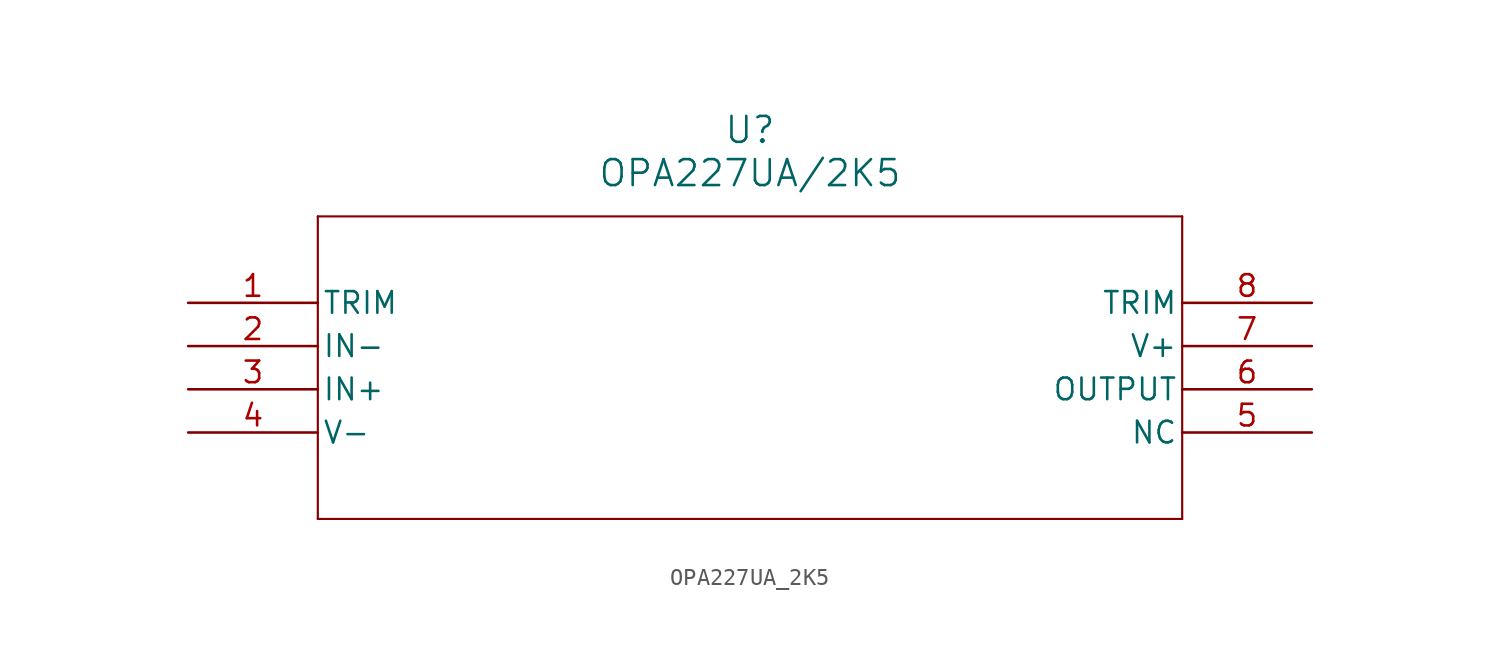
<source format=kicad_sym>
(kicad_symbol_lib
  (version 20211014)
  (generator kicad_symbol_editor)
  (symbol "OPA227UA_2K5"
    (pin_names
      (offset 0.254))
    (property "Reference" "U"
      (at 33.02 10.16 0)
      (effects (font (size 1.524 1.524))))
    (property "Value" "OPA227UA/2K5"
      (at 33.02 7.62 0)
      (effects (font (size 1.524 1.524))))
    (symbol "OPA227UA_2K5_0_1"
      (polyline (pts (xy 7.62 5.08) (xy 7.62 -12.7)) (stroke (width 0.127) (type default) (color 0 0 0 0)) (fill (type none)))
      (polyline (pts (xy 7.62 -12.7) (xy 58.42 -12.7)) (stroke (width 0.127) (type default) (color 0 0 0 0)) (fill (type none)))
      (polyline (pts (xy 58.42 -12.7) (xy 58.42 5.08)) (stroke (width 0.127) (type default) (color 0 0 0 0)) (fill (type none)))
      (polyline (pts (xy 58.42 5.08) (xy 7.62 5.08)) (stroke (width 0.127) (type default) (color 0 0 0 0)) (fill (type none)))
      (pin unspecified line (at 0 0 0) (length 7.62) (name "TRIM" (effects (font (size 1.27 1.27)))) (number "1" (effects (font (size 1.27 1.27)))))
      (pin input line (at 0 -2.54 0) (length 7.62) (name "IN-" (effects (font (size 1.27 1.27)))) (number "2" (effects (font (size 1.27 1.27)))))
      (pin input line (at 0 -5.08 0) (length 7.62) (name "IN+" (effects (font (size 1.27 1.27)))) (number "3" (effects (font (size 1.27 1.27)))))
      (pin power_in line (at 0 -7.62 0) (length 7.62) (name "V-" (effects (font (size 1.27 1.27)))) (number "4" (effects (font (size 1.27 1.27)))))
      (pin unspecified line (at 66.04 -7.62 180) (length 7.62) (name "NC" (effects (font (size 1.27 1.27)))) (number "5" (effects (font (size 1.27 1.27)))))
      (pin output line (at 66.04 -5.08 180) (length 7.62) (name "OUTPUT" (effects (font (size 1.27 1.27)))) (number "6" (effects (font (size 1.27 1.27)))))
      (pin power_in line (at 66.04 -2.54 180) (length 7.62) (name "V+" (effects (font (size 1.27 1.27)))) (number "7" (effects (font (size 1.27 1.27)))))
      (pin unspecified line (at 66.04 0 180) (length 7.62) (name "TRIM" (effects (font (size 1.27 1.27)))) (number "8" (effects (font (size 1.27 1.27))))))))
</source>
